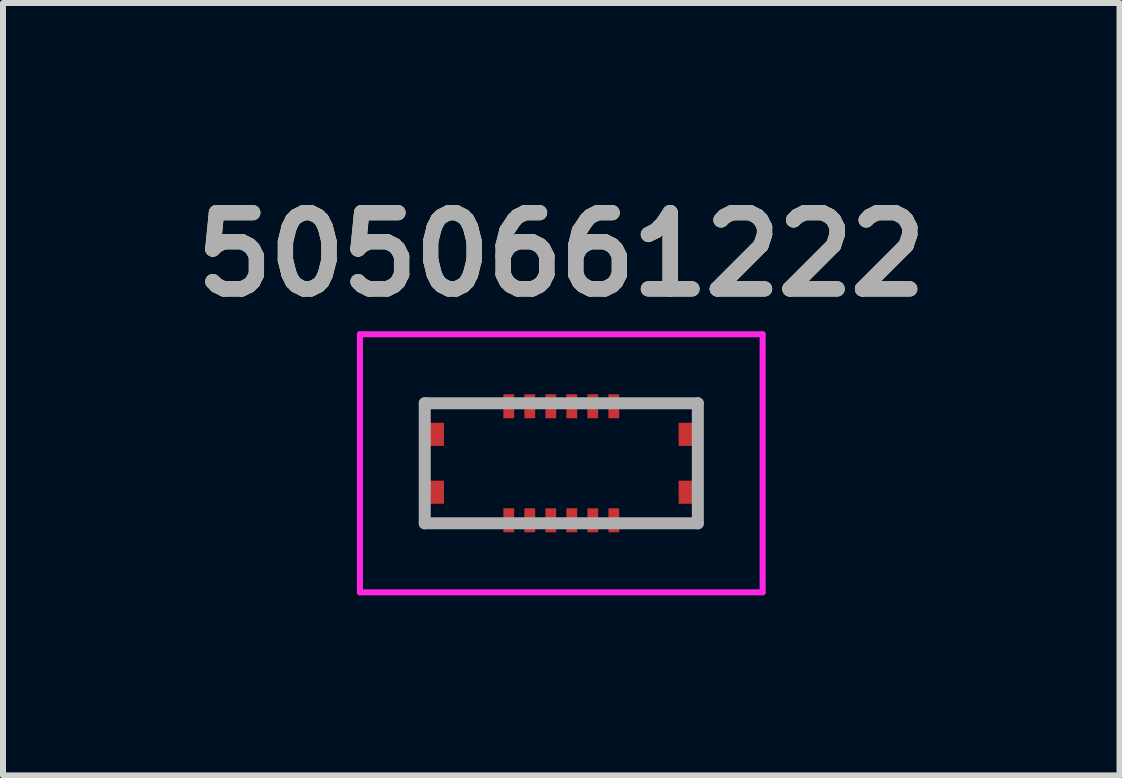
<source format=kicad_pcb>
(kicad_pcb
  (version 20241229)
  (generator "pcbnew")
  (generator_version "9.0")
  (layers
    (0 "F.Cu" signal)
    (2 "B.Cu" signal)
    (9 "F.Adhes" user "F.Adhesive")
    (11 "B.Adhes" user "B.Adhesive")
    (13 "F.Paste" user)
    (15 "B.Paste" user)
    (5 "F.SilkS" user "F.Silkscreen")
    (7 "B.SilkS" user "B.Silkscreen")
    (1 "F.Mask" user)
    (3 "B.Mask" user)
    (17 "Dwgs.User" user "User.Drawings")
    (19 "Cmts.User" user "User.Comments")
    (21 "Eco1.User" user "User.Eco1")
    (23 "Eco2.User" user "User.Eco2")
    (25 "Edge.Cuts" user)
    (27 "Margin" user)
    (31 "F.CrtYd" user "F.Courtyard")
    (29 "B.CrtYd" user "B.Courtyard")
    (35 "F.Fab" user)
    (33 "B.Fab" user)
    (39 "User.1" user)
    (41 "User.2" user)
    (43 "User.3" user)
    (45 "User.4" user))
  (footprint "5050661222"
    (layer "F.Cu")
    (at 6.302 4.669)
    (property "Reference" "5050661222" (at 0 -3.48 0) (layer "F.SilkS") (effects (font (size 1.27 1.27) (thickness 0.254))))
    (attr smd)
    (fp_line (start -1.2 -1) (end -2.3 -1) (stroke (width 0.1) (type solid)) (layer "F.SilkS"))
    (fp_line (start -1.2 1) (end -2.3 1) (stroke (width 0.1) (type solid)) (layer "F.SilkS"))
    (fp_line (start 1.2 -1) (end 2.275 -1) (stroke (width 0.1) (type solid)) (layer "F.SilkS"))
    (fp_line (start 1.2 1) (end 2.3 1) (stroke (width 0.1) (type solid)) (layer "F.SilkS"))
    (fp_line (start -3.355 -2.15) (end 3.355 -2.15) (stroke (width 0.1) (type solid)) (layer "F.CrtYd"))
    (fp_line (start -3.355 2.15) (end -3.355 -2.15) (stroke (width 0.1) (type solid)) (layer "F.CrtYd"))
    (fp_line (start 3.355 -2.15) (end 3.355 2.15) (stroke (width 0.1) (type solid)) (layer "F.CrtYd"))
    (fp_line (start 3.355 2.15) (end -3.355 2.15) (stroke (width 0.1) (type solid)) (layer "F.CrtYd"))
    (fp_line (start -2.275 -1) (end 2.275 -1) (stroke (width 0.2) (type solid)) (layer "F.Fab"))
    (fp_line (start -2.275 1) (end -2.275 -1) (stroke (width 0.2) (type solid)) (layer "F.Fab"))
    (fp_line (start 2.275 -1) (end 2.275 1) (stroke (width 0.2) (type solid)) (layer "F.Fab"))
    (fp_line (start 2.275 1) (end -2.275 1) (stroke (width 0.2) (type solid)) (layer "F.Fab"))
    (fp_text user "${REFERENCE}" (at 0 -3.48 0) (layer "F.Fab") (effects (font (size 1.27 1.27) (thickness 0.254))))
    (pad "1" smd rect (at -0.875 0.95) (size 0.18 0.4) (layers "F.Cu" "F.Mask" "F.Paste"))
    (pad "2" smd rect (at -0.875 -0.95) (size 0.18 0.4) (layers "F.Cu" "F.Mask" "F.Paste"))
    (pad "3" smd rect (at -0.525 0.95) (size 0.18 0.4) (layers "F.Cu" "F.Mask" "F.Paste"))
    (pad "4" smd rect (at -0.525 -0.95) (size 0.18 0.4) (layers "F.Cu" "F.Mask" "F.Paste"))
    (pad "5" smd rect (at -0.175 0.95) (size 0.18 0.4) (layers "F.Cu" "F.Mask" "F.Paste"))
    (pad "6" smd rect (at -0.175 -0.95) (size 0.18 0.4) (layers "F.Cu" "F.Mask" "F.Paste"))
    (pad "7" smd rect (at 0.175 0.95) (size 0.18 0.4) (layers "F.Cu" "F.Mask" "F.Paste"))
    (pad "8" smd rect (at 0.175 -0.95) (size 0.18 0.4) (layers "F.Cu" "F.Mask" "F.Paste"))
    (pad "9" smd rect (at 0.525 0.95) (size 0.18 0.4) (layers "F.Cu" "F.Mask" "F.Paste"))
    (pad "10" smd rect (at 0.525 -0.95) (size 0.18 0.4) (layers "F.Cu" "F.Mask" "F.Paste"))
    (pad "11" smd rect (at 0.875 0.95) (size 0.18 0.4) (layers "F.Cu" "F.Mask" "F.Paste"))
    (pad "12" smd rect (at 0.875 -0.95) (size 0.18 0.4) (layers "F.Cu" "F.Mask" "F.Paste"))
    (pad "MP1" smd rect (at -2.155 0.482 90) (size 0.385 0.4) (layers "F.Cu" "F.Mask" "F.Paste"))
    (pad "MP2" smd rect (at -2.155 -0.482 90) (size 0.385 0.4) (layers "F.Cu" "F.Mask" "F.Paste"))
    (pad "MP3" smd rect (at 2.155 0.482 90) (size 0.385 0.4) (layers "F.Cu" "F.Mask" "F.Paste"))
    (pad "MP4" smd rect (at 2.155 -0.482 90) (size 0.385 0.4) (layers "F.Cu" "F.Mask" "F.Paste")))
  (gr_rect
    (start -3 -3)
    (end 15.603 9.869)
    (stroke (width 0.1) (type default))
    (fill no)
    (layer "Edge.Cuts")))
</source>
